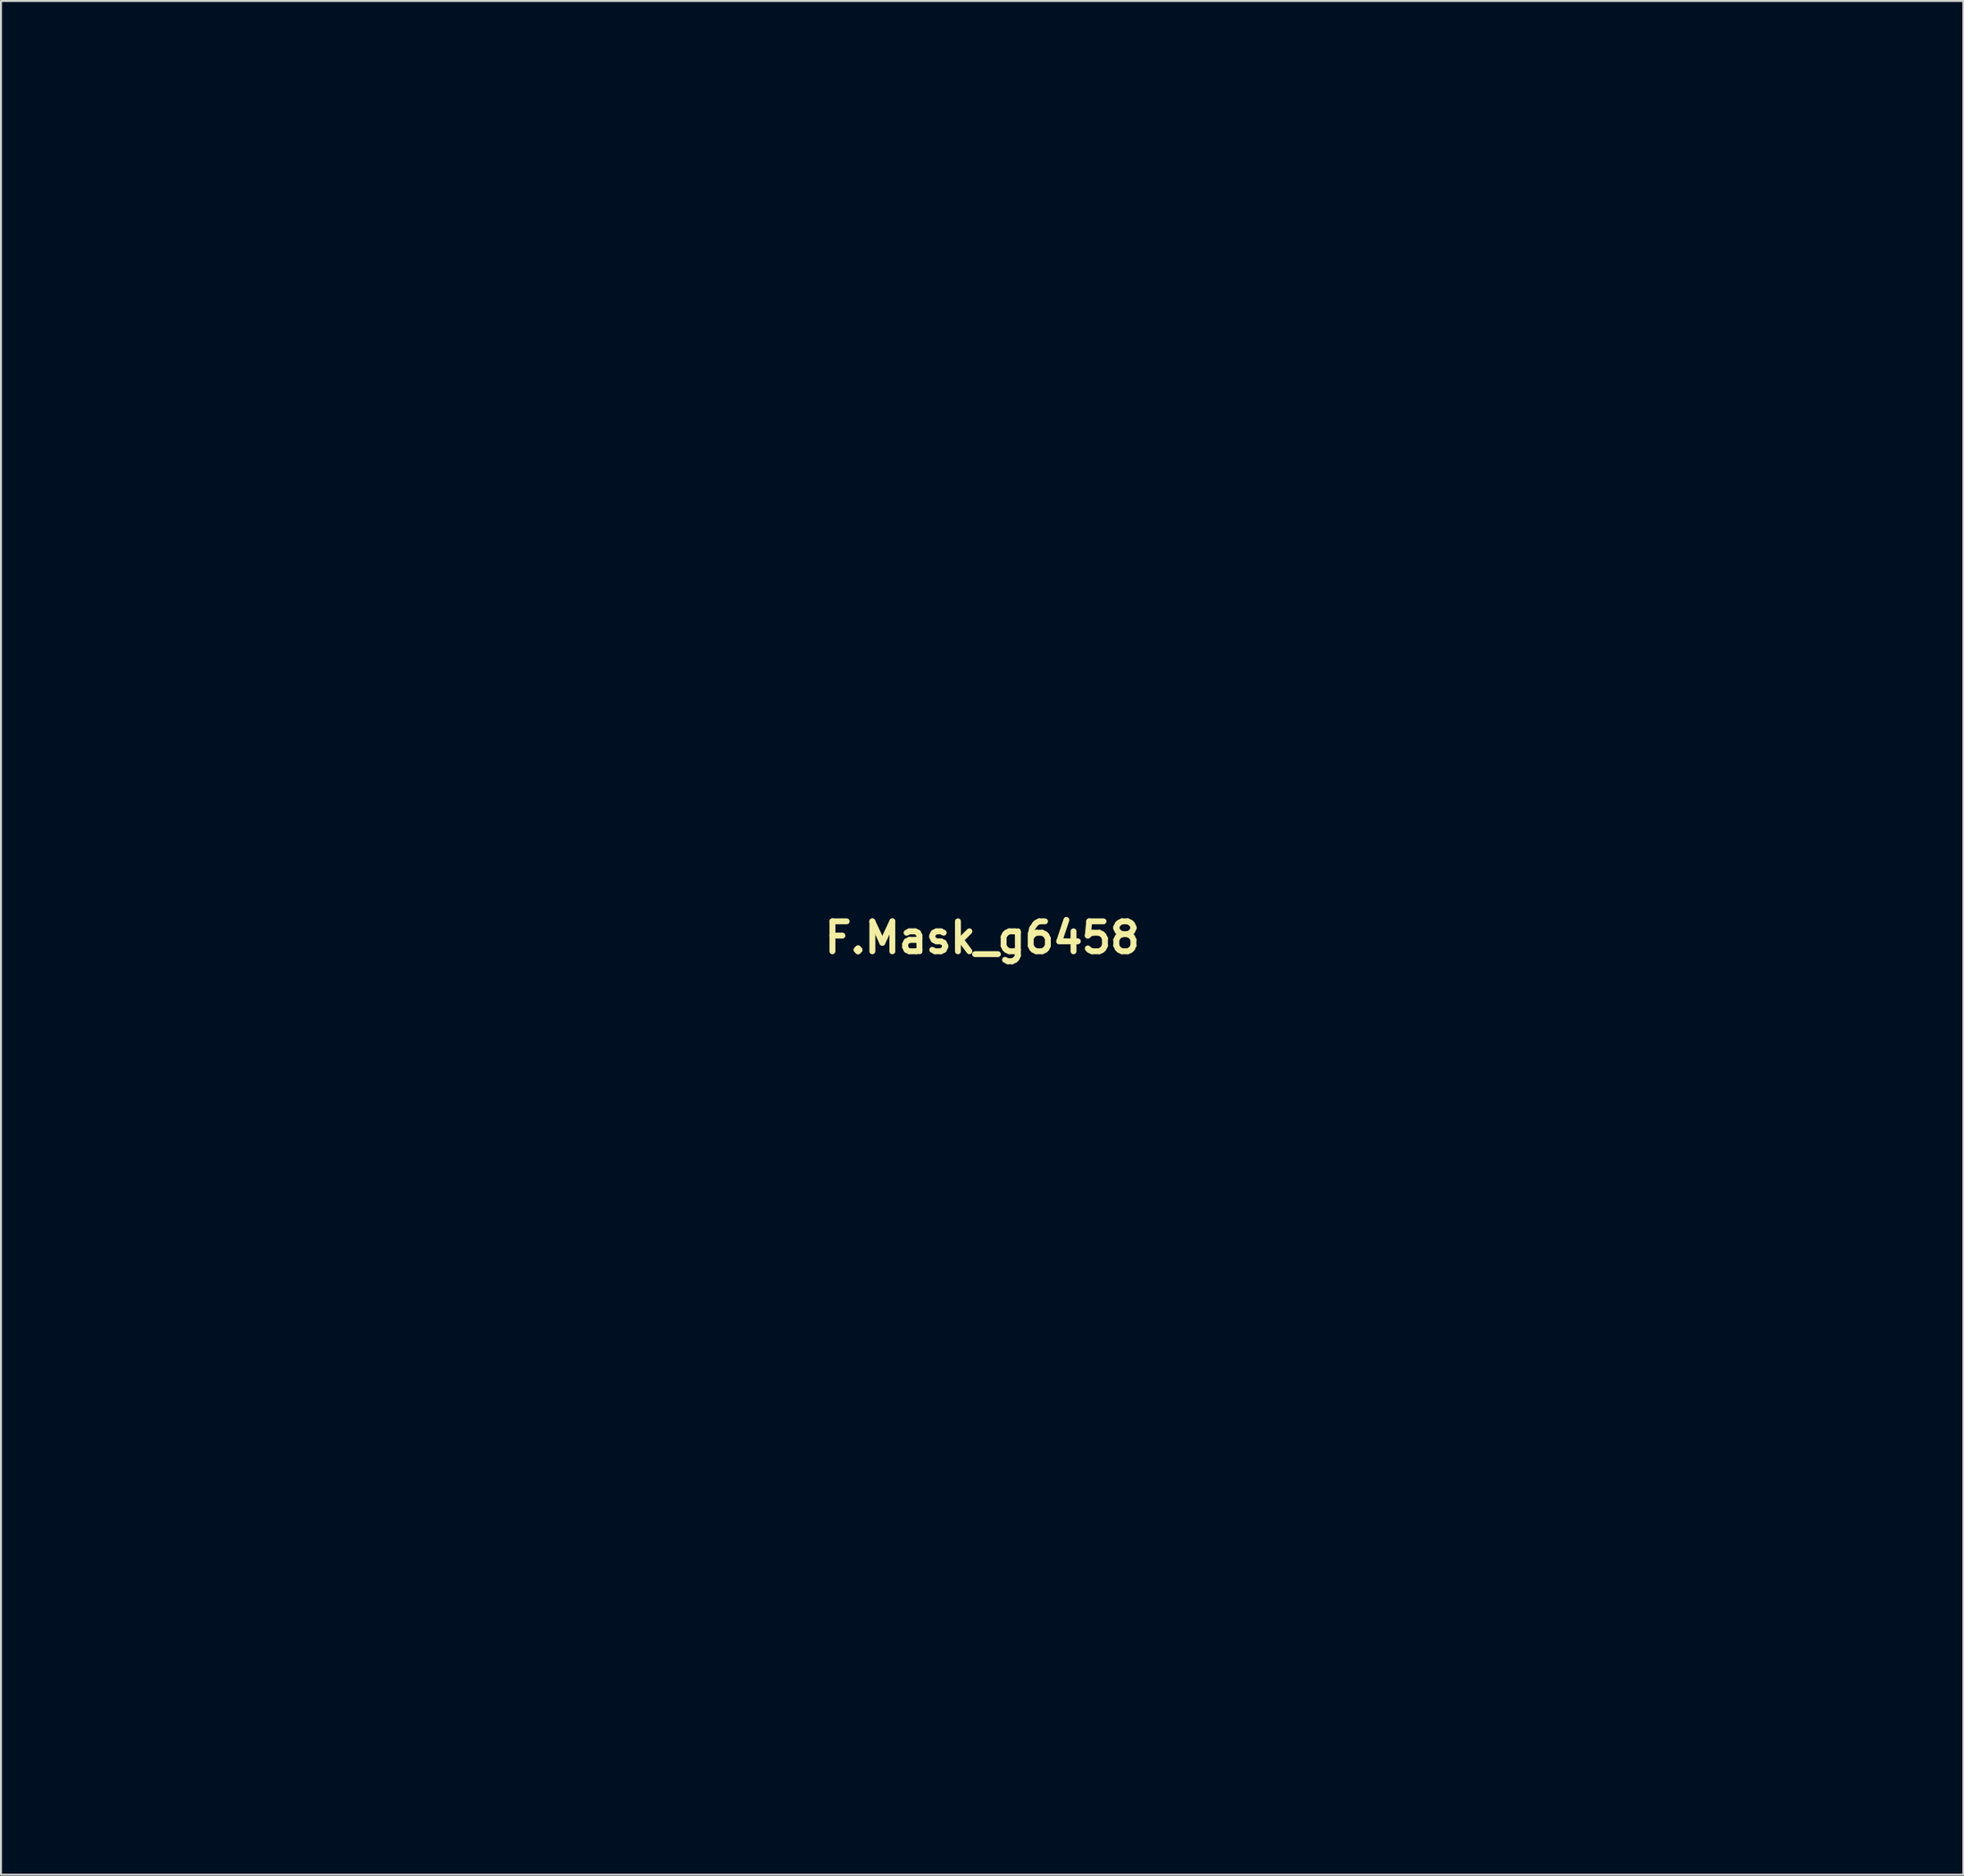
<source format=kicad_pcb>
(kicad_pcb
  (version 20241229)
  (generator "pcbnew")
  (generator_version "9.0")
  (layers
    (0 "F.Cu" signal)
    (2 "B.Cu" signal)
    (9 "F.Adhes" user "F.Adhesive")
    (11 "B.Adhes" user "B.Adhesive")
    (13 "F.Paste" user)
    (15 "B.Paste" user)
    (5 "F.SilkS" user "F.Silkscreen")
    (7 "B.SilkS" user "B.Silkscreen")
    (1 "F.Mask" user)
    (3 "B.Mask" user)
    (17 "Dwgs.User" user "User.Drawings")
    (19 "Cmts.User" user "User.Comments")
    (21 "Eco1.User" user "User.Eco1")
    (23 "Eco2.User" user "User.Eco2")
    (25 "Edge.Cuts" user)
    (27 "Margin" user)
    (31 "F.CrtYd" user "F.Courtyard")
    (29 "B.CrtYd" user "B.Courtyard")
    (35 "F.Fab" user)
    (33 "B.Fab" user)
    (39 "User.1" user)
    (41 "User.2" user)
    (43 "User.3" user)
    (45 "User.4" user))
  (footprint "F.Mask_g6458"
    (layer "F.Cu")
    (at 46.91 44.657)
    (property "Reference" "F.Mask_g6458" (at 0 0 0) (layer "F.SilkS") (effects (font (size 1.524 1.524) (thickness 0.3))))
    (attr through_hole)
    (fp_poly (pts (xy 0.198 -44.577) (xy 0.223 -44.554) (xy 0.265 -44.494) (xy 0.34 -44.367) (xy 0.444 -44.182) (xy 0.573 -43.946) (xy 0.721 -43.668) (xy 0.884 -43.358) (xy 1.058 -43.023) (xy 1.146 -42.85) (xy 1.473 -42.213) (xy 1.763 -41.647) (xy 2.021 -41.148) (xy 2.248 -40.712) (xy 2.447 -40.333) (xy 2.621 -40.008) (xy 2.773 -39.732) (xy 2.903 -39.5) (xy 3.017 -39.309) (xy 3.114 -39.154) (xy 3.2 -39.031) (xy 3.275 -38.934) (xy 3.342 -38.86) (xy 3.405 -38.804) (xy 3.464 -38.762) (xy 3.509 -38.737) (xy 3.623 -38.692) (xy 3.792 -38.641) (xy 3.988 -38.592) (xy 4.09 -38.57) (xy 4.246 -38.54) (xy 4.474 -38.499) (xy 4.762 -38.449) (xy 5.099 -38.392) (xy 5.473 -38.328) (xy 5.873 -38.262) (xy 6.286 -38.194) (xy 6.702 -38.126) (xy 7.109 -38.06) (xy 7.495 -37.998) (xy 7.848 -37.943) (xy 8.065 -37.909) (xy 8.551 -37.833) (xy 8.957 -37.766) (xy 9.285 -37.708) (xy 9.537 -37.657) (xy 9.717 -37.614) (xy 9.828 -37.578) (xy 9.855 -37.564) (xy 9.97 -37.45) (xy 10.007 -37.308) (xy 9.963 -37.148) (xy 9.96 -37.141) (xy 9.916 -37.085) (xy 9.818 -36.974) (xy 9.672 -36.816) (xy 9.484 -36.617) (xy 9.259 -36.383) (xy 9.003 -36.119) (xy 8.722 -35.833) (xy 8.423 -35.53) (xy 8.295 -35.401) (xy 7.816 -34.919) (xy 7.394 -34.493) (xy 7.025 -34.119) (xy 6.706 -33.794) (xy 6.433 -33.514) (xy 6.204 -33.276) (xy 6.014 -33.075) (xy 5.861 -32.909) (xy 5.74 -32.774) (xy 5.649 -32.666) (xy 5.584 -32.581) (xy 5.541 -32.517) (xy 5.526 -32.488) (xy 5.499 -32.421) (xy 5.478 -32.342) (xy 5.464 -32.246) (xy 5.457 -32.129) (xy 5.458 -31.984) (xy 5.468 -31.806) (xy 5.486 -31.592) (xy 5.514 -31.335) (xy 5.552 -31.031) (xy 5.601 -30.674) (xy 5.661 -30.26) (xy 5.732 -29.783) (xy 5.816 -29.238) (xy 5.913 -28.62) (xy 6.024 -27.925) (xy 6.034 -27.86) (xy 6.107 -27.397) (xy 6.168 -27.01) (xy 6.215 -26.692) (xy 6.252 -26.435) (xy 6.277 -26.232) (xy 6.293 -26.074) (xy 6.299 -25.956) (xy 6.297 -25.868) (xy 6.287 -25.803) (xy 6.27 -25.755) (xy 6.252 -25.723) (xy 6.161 -25.639) (xy 6.049 -25.589) (xy 6.016 -25.587) (xy 5.971 -25.593) (xy 5.908 -25.611) (xy 5.822 -25.643) (xy 5.707 -25.691) (xy 5.558 -25.758) (xy 5.37 -25.846) (xy 5.138 -25.958) (xy 4.855 -26.096) (xy 4.518 -26.263) (xy 4.121 -26.461) (xy 3.658 -26.693) (xy 3.2 -26.922) (xy 2.62 -27.213) (xy 2.111 -27.466) (xy 1.671 -27.684) (xy 1.296 -27.867) (xy 0.982 -28.017) (xy 0.727 -28.137) (xy 0.526 -28.226) (xy 0.377 -28.288) (xy 0.277 -28.324) (xy 0.243 -28.333) (xy 0.158 -28.349) (xy 0.077 -28.359) (xy -0.005 -28.361) (xy -0.095 -28.354) (xy -0.197 -28.334) (xy -0.317 -28.299) (xy -0.462 -28.247) (xy -0.637 -28.176) (xy -0.847 -28.082) (xy -1.099 -27.965) (xy -1.398 -27.821) (xy -1.75 -27.649) (xy -2.16 -27.445) (xy -2.635 -27.207) (xy -3.154 -26.947) (xy -3.6 -26.725) (xy -4.026 -26.513) (xy -4.426 -26.315) (xy -4.794 -26.134) (xy -5.123 -25.973) (xy -5.406 -25.836) (xy -5.638 -25.726) (xy -5.812 -25.645) (xy -5.921 -25.597) (xy -5.956 -25.585) (xy -6.063 -25.581) (xy -6.153 -25.627) (xy -6.205 -25.674) (xy -6.263 -25.737) (xy -6.295 -25.797) (xy -6.306 -25.879) (xy -6.302 -26.007) (xy -6.293 -26.113) (xy -6.28 -26.233) (xy -6.255 -26.424) (xy -6.22 -26.674) (xy -6.177 -26.969) (xy -6.127 -27.297) (xy -6.073 -27.646) (xy -6.036 -27.877) (xy -5.916 -28.629) (xy -5.809 -29.312) (xy -5.716 -29.924) (xy -5.636 -30.464) (xy -5.57 -30.929) (xy -5.518 -31.319) (xy -5.481 -31.63) (xy -5.458 -31.861) (xy -5.45 -32.004) (xy -5.459 -32.235) (xy -5.494 -32.408) (xy -5.524 -32.485) (xy -5.558 -32.542) (xy -5.615 -32.62) (xy -5.7 -32.723) (xy -5.814 -32.854) (xy -5.962 -33.017) (xy -6.147 -33.214) (xy -6.372 -33.449) (xy -6.64 -33.726) (xy -6.955 -34.048) (xy -7.319 -34.418) (xy -7.665 -34.768) (xy -2.149 -34.768) (xy -2.145 -34.452) (xy -2.134 -34.166) (xy -2.116 -33.926) (xy -2.09 -33.745) (xy -2.075 -33.681) (xy -1.986 -33.488) (xy -1.858 -33.368) (xy -1.686 -33.318) (xy -1.638 -33.316) (xy -1.488 -33.333) (xy -1.379 -33.391) (xy -1.347 -33.42) (xy -1.263 -33.533) (xy -1.197 -33.67) (xy -1.192 -33.685) (xy -1.154 -33.853) (xy -1.124 -34.089) (xy -1.101 -34.378) (xy -1.085 -34.703) (xy -1.077 -35.047) (xy -1.076 -35.395) (xy -1.078 -35.477) (xy 1.068 -35.477) (xy 1.069 -35.113) (xy 1.081 -34.737) (xy 1.09 -34.58) (xy 1.114 -34.252) (xy 1.139 -33.996) (xy 1.169 -33.8) (xy 1.207 -33.653) (xy 1.254 -33.542) (xy 1.314 -33.455) (xy 1.347 -33.42) (xy 1.485 -33.336) (xy 1.651 -33.311) (xy 1.815 -33.345) (xy 1.925 -33.417) (xy 1.985 -33.486) (xy 2.033 -33.566) (xy 2.07 -33.668) (xy 2.097 -33.8) (xy 2.116 -33.974) (xy 2.128 -34.198) (xy 2.134 -34.484) (xy 2.136 -34.841) (xy 2.136 -34.989) (xy 2.134 -35.42) (xy 2.125 -35.775) (xy 2.111 -36.064) (xy 2.089 -36.294) (xy 2.058 -36.474) (xy 2.018 -36.614) (xy 1.967 -36.721) (xy 1.918 -36.789) (xy 1.774 -36.904) (xy 1.61 -36.946) (xy 1.444 -36.917) (xy 1.296 -36.818) (xy 1.215 -36.712) (xy 1.168 -36.585) (xy 1.129 -36.385) (xy 1.099 -36.126) (xy 1.078 -35.819) (xy 1.068 -35.477) (xy -1.078 -35.477) (xy -1.083 -35.731) (xy -1.098 -36.038) (xy -1.121 -36.301) (xy -1.152 -36.503) (xy -1.166 -36.558) (xy -1.239 -36.747) (xy -1.34 -36.867) (xy -1.482 -36.931) (xy -1.552 -36.943) (xy -1.727 -36.927) (xy -1.88 -36.835) (xy -1.997 -36.674) (xy -2.017 -36.63) (xy -2.052 -36.503) (xy -2.082 -36.305) (xy -2.106 -36.051) (xy -2.126 -35.756) (xy -2.14 -35.435) (xy -2.148 -35.1) (xy -2.149 -34.768) (xy -7.665 -34.768) (xy -7.736 -34.84) (xy -8.209 -35.317) (xy -8.345 -35.454) (xy -8.65 -35.762) (xy -8.938 -36.056) (xy -9.202 -36.328) (xy -9.438 -36.573) (xy -9.639 -36.785) (xy -9.799 -36.958) (xy -9.914 -37.086) (xy -9.977 -37.163) (xy -9.987 -37.179) (xy -10.005 -37.337) (xy -9.947 -37.483) (xy -9.889 -37.546) (xy -9.847 -37.572) (xy -9.777 -37.599) (xy -9.674 -37.628) (xy -9.529 -37.661) (xy -9.336 -37.698) (xy -9.086 -37.742) (xy -8.773 -37.794) (xy -8.39 -37.855) (xy -8.022 -37.913) (xy -7.466 -38) (xy -6.922 -38.087) (xy -6.397 -38.172) (xy -5.898 -38.255) (xy -5.432 -38.334) (xy -5.007 -38.408) (xy -4.631 -38.475) (xy -4.309 -38.535) (xy -4.051 -38.585) (xy -3.863 -38.625) (xy -3.764 -38.65) (xy -3.556 -38.723) (xy -3.4 -38.809) (xy -3.269 -38.928) (xy -3.137 -39.102) (xy -3.108 -39.145) (xy -3.03 -39.273) (xy -2.915 -39.474) (xy -2.765 -39.746) (xy -2.582 -40.087) (xy -2.368 -40.492) (xy -2.122 -40.961) (xy -1.848 -41.489) (xy -1.545 -42.076) (xy -1.216 -42.717) (xy -1.106 -42.933) (xy -0.934 -43.268) (xy -0.769 -43.582) (xy -0.617 -43.868) (xy -0.483 -44.115) (xy -0.371 -44.316) (xy -0.287 -44.461) (xy -0.234 -44.542) (xy -0.225 -44.552) (xy -0.086 -44.643) (xy 0.058 -44.652) (xy 0.198 -44.577)) (stroke (width 0.01) (type solid)) (fill yes) (layer "F.Mask"))
    (fp_poly (pts (xy -22.718 25.62) (xy -22.582 25.74) (xy -22.514 25.835) (xy -22.473 25.908) (xy -22.397 26.049) (xy -22.292 26.248) (xy -22.161 26.499) (xy -22.009 26.791) (xy -21.84 27.118) (xy -21.658 27.471) (xy -21.472 27.834) (xy -21.165 28.435) (xy -20.894 28.966) (xy -20.655 29.43) (xy -20.445 29.833) (xy -20.262 30.179) (xy -20.103 30.473) (xy -19.965 30.72) (xy -19.844 30.924) (xy -19.738 31.09) (xy -19.644 31.222) (xy -19.559 31.326) (xy -19.479 31.405) (xy -19.403 31.466) (xy -19.326 31.511) (xy -19.246 31.546) (xy -19.16 31.576) (xy -19.072 31.603) (xy -18.974 31.626) (xy -18.792 31.662) (xy -18.527 31.711) (xy -18.179 31.773) (xy -17.748 31.847) (xy -17.234 31.934) (xy -16.637 32.033) (xy -15.958 32.145) (xy -15.196 32.269) (xy -14.352 32.406) (xy -14.225 32.427) (xy -13.927 32.476) (xy -13.653 32.524) (xy -13.414 32.568) (xy -13.224 32.606) (xy -13.094 32.636) (xy -13.041 32.652) (xy -12.918 32.75) (xy -12.846 32.887) (xy -12.842 33.034) (xy -12.843 33.035) (xy -12.88 33.091) (xy -12.976 33.204) (xy -13.131 33.375) (xy -13.343 33.601) (xy -13.611 33.882) (xy -13.935 34.216) (xy -14.313 34.603) (xy -14.744 35.041) (xy -14.998 35.297) (xy -15.352 35.656) (xy -15.692 36.002) (xy -16.011 36.328) (xy -16.306 36.63) (xy -16.569 36.903) (xy -16.798 37.141) (xy -16.986 37.338) (xy -17.128 37.491) (xy -17.219 37.592) (xy -17.251 37.631) (xy -17.305 37.715) (xy -17.341 37.789) (xy -17.363 37.873) (xy -17.373 37.987) (xy -17.376 38.152) (xy -17.375 38.308) (xy -17.373 38.423) (xy -17.367 38.549) (xy -17.356 38.693) (xy -17.34 38.859) (xy -17.318 39.055) (xy -17.289 39.285) (xy -17.252 39.555) (xy -17.207 39.871) (xy -17.152 40.239) (xy -17.087 40.664) (xy -17.011 41.153) (xy -16.924 41.71) (xy -16.824 42.342) (xy -16.765 42.714) (xy -16.712 43.051) (xy -16.664 43.371) (xy -16.623 43.662) (xy -16.589 43.912) (xy -16.566 44.107) (xy -16.554 44.237) (xy -16.552 44.27) (xy -16.577 44.466) (xy -16.653 44.595) (xy -16.78 44.656) (xy -16.848 44.662) (xy -16.915 44.642) (xy -17.055 44.584) (xy -17.267 44.488) (xy -17.549 44.355) (xy -17.899 44.185) (xy -18.316 43.981) (xy -18.799 43.741) (xy -19.346 43.467) (xy -19.575 43.352) (xy -20.049 43.114) (xy -20.499 42.89) (xy -20.92 42.682) (xy -21.305 42.494) (xy -21.647 42.328) (xy -21.941 42.188) (xy -22.18 42.077) (xy -22.357 41.998) (xy -22.467 41.953) (xy -22.482 41.949) (xy -22.576 41.92) (xy -22.661 41.898) (xy -22.743 41.882) (xy -22.829 41.877) (xy -22.923 41.884) (xy -23.032 41.905) (xy -23.161 41.943) (xy -23.316 41.999) (xy -23.502 42.076) (xy -23.726 42.176) (xy -23.993 42.301) (xy -24.308 42.454) (xy -24.678 42.636) (xy -25.108 42.85) (xy -25.604 43.098) (xy -26.016 43.304) (xy -26.505 43.548) (xy -26.961 43.774) (xy -27.38 43.98) (xy -27.758 44.164) (xy -28.087 44.322) (xy -28.364 44.454) (xy -28.584 44.555) (xy -28.74 44.624) (xy -28.829 44.658) (xy -28.844 44.662) (xy -28.964 44.628) (xy -29.069 44.552) (xy -29.128 44.487) (xy -29.158 44.422) (xy -29.165 44.331) (xy -29.155 44.186) (xy -29.153 44.16) (xy -29.138 44.034) (xy -29.112 43.841) (xy -29.076 43.598) (xy -29.035 43.324) (xy -28.989 43.034) (xy -28.975 42.947) (xy -28.924 42.627) (xy -28.867 42.266) (xy -28.806 41.874) (xy -28.743 41.462) (xy -28.678 41.039) (xy -28.614 40.615) (xy -28.552 40.201) (xy -28.493 39.806) (xy -28.439 39.44) (xy -28.392 39.114) (xy -28.352 38.837) (xy -28.322 38.619) (xy -28.303 38.471) (xy -28.298 38.43) (xy -28.286 38.168) (xy -28.316 37.948) (xy -28.397 37.746) (xy -28.535 37.537) (xy -28.635 37.414) (xy -28.711 37.33) (xy -28.841 37.193) (xy -29.018 37.007) (xy -29.238 36.779) (xy -29.495 36.515) (xy -29.781 36.221) (xy -30.093 35.902) (xy -30.352 35.639) (xy -24.994 35.639) (xy -24.992 35.899) (xy -24.988 36.1) (xy -24.98 36.252) (xy -24.968 36.369) (xy -24.951 36.462) (xy -24.928 36.544) (xy -24.919 36.569) (xy -24.841 36.742) (xy -24.742 36.852) (xy -24.708 36.876) (xy -24.594 36.936) (xy -24.502 36.952) (xy -24.392 36.925) (xy -24.317 36.895) (xy -24.202 36.819) (xy -24.111 36.693) (xy -24.04 36.507) (xy -23.986 36.253) (xy -23.956 36.02) (xy -23.941 35.833) (xy -23.932 35.593) (xy -23.927 35.323) (xy -21.754 35.323) (xy -21.749 35.712) (xy -21.735 36.03) (xy -21.71 36.287) (xy -21.674 36.489) (xy -21.625 36.644) (xy -21.561 36.759) (xy -21.482 36.842) (xy -21.403 36.891) (xy -21.227 36.936) (xy -21.056 36.899) (xy -20.906 36.788) (xy -20.845 36.712) (xy -20.797 36.619) (xy -20.76 36.502) (xy -20.733 36.35) (xy -20.716 36.155) (xy -20.707 35.907) (xy -20.705 35.596) (xy -20.71 35.213) (xy -20.712 35.052) (xy -20.722 34.651) (xy -20.735 34.325) (xy -20.752 34.066) (xy -20.774 33.862) (xy -20.804 33.706) (xy -20.843 33.588) (xy -20.891 33.498) (xy -20.951 33.427) (xy -20.965 33.415) (xy -21.128 33.315) (xy -21.299 33.293) (xy -21.462 33.346) (xy -21.599 33.471) (xy -21.644 33.543) (xy -21.673 33.6) (xy -21.695 33.659) (xy -21.712 33.732) (xy -21.724 33.829) (xy -21.733 33.963) (xy -21.74 34.142) (xy -21.745 34.379) (xy -21.75 34.685) (xy -21.752 34.858) (xy -21.754 35.323) (xy -23.927 35.323) (xy -23.927 35.318) (xy -23.927 35.021) (xy -23.932 34.719) (xy -23.94 34.428) (xy -23.952 34.163) (xy -23.967 33.939) (xy -23.985 33.772) (xy -24.001 33.692) (xy -24.092 33.488) (xy -24.221 33.355) (xy -24.381 33.296) (xy -24.564 33.316) (xy -24.617 33.335) (xy -24.71 33.388) (xy -24.786 33.47) (xy -24.849 33.586) (xy -24.898 33.745) (xy -24.935 33.953) (xy -24.962 34.218) (xy -24.979 34.548) (xy -24.989 34.949) (xy -24.993 35.306) (xy -24.994 35.639) (xy -30.352 35.639) (xy -30.423 35.566) (xy -30.767 35.218) (xy -30.875 35.108) (xy -31.27 34.708) (xy -31.61 34.364) (xy -31.897 34.071) (xy -32.138 33.824) (xy -32.335 33.619) (xy -32.493 33.452) (xy -32.615 33.319) (xy -32.708 33.213) (xy -32.773 33.133) (xy -32.816 33.072) (xy -32.84 33.026) (xy -32.85 32.991) (xy -32.851 32.978) (xy -32.838 32.857) (xy -32.81 32.769) (xy -32.788 32.734) (xy -32.756 32.702) (xy -32.709 32.673) (xy -32.639 32.644) (xy -32.539 32.614) (xy -32.402 32.582) (xy -32.221 32.546) (xy -31.989 32.505) (xy -31.7 32.457) (xy -31.346 32.4) (xy -30.92 32.333) (xy -30.565 32.278) (xy -29.771 32.154) (xy -29.061 32.04) (xy -28.434 31.936) (xy -27.89 31.843) (xy -27.429 31.76) (xy -27.05 31.687) (xy -26.752 31.624) (xy -26.536 31.571) (xy -26.401 31.528) (xy -26.374 31.516) (xy -26.255 31.431) (xy -26.116 31.296) (xy -25.98 31.134) (xy -25.92 31.052) (xy -25.855 30.946) (xy -25.754 30.765) (xy -25.616 30.511) (xy -25.443 30.186) (xy -25.235 29.789) (xy -24.993 29.323) (xy -24.717 28.789) (xy -24.409 28.188) (xy -24.163 27.707) (xy -23.974 27.339) (xy -23.794 26.99) (xy -23.627 26.668) (xy -23.477 26.382) (xy -23.348 26.139) (xy -23.245 25.948) (xy -23.171 25.816) (xy -23.132 25.752) (xy -22.999 25.625) (xy -22.859 25.581) (xy -22.718 25.62)) (stroke (width 0.01) (type solid)) (fill yes) (layer "F.Mask"))
    (fp_poly (pts (xy 22.941 25.598) (xy 23.078 25.69) (xy 23.131 25.752) (xy 23.17 25.816) (xy 23.243 25.948) (xy 23.347 26.139) (xy 23.476 26.382) (xy 23.626 26.669) (xy 23.794 26.992) (xy 23.975 27.343) (xy 24.166 27.714) (xy 24.184 27.75) (xy 24.479 28.327) (xy 24.739 28.834) (xy 24.966 29.276) (xy 25.163 29.657) (xy 25.333 29.984) (xy 25.479 30.261) (xy 25.604 30.493) (xy 25.71 30.685) (xy 25.801 30.843) (xy 25.878 30.971) (xy 25.945 31.076) (xy 26.005 31.161) (xy 26.06 31.232) (xy 26.114 31.295) (xy 26.137 31.32) (xy 26.258 31.435) (xy 26.388 31.519) (xy 26.549 31.582) (xy 26.767 31.638) (xy 26.805 31.646) (xy 26.923 31.669) (xy 27.116 31.703) (xy 27.372 31.748) (xy 27.684 31.802) (xy 28.041 31.863) (xy 28.434 31.929) (xy 28.852 31.998) (xy 29.288 32.071) (xy 29.73 32.143) (xy 30.169 32.215) (xy 30.597 32.284) (xy 31.002 32.349) (xy 31.348 32.404) (xy 31.743 32.467) (xy 32.062 32.521) (xy 32.313 32.569) (xy 32.505 32.615) (xy 32.645 32.66) (xy 32.741 32.709) (xy 32.802 32.764) (xy 32.835 32.829) (xy 32.848 32.906) (xy 32.851 32.978) (xy 32.846 33.009) (xy 32.829 33.049) (xy 32.795 33.102) (xy 32.741 33.173) (xy 32.662 33.266) (xy 32.555 33.385) (xy 32.414 33.535) (xy 32.237 33.721) (xy 32.019 33.946) (xy 31.755 34.215) (xy 31.443 34.533) (xy 31.077 34.904) (xy 30.833 35.15) (xy 30.484 35.503) (xy 30.148 35.845) (xy 29.83 36.169) (xy 29.536 36.471) (xy 29.271 36.743) (xy 29.041 36.982) (xy 28.851 37.18) (xy 28.707 37.332) (xy 28.615 37.433) (xy 28.592 37.459) (xy 28.426 37.691) (xy 28.327 37.915) (xy 28.288 38.157) (xy 28.298 38.43) (xy 28.316 38.585) (xy 28.347 38.815) (xy 28.388 39.11) (xy 28.438 39.461) (xy 28.496 39.859) (xy 28.561 40.295) (xy 28.632 40.76) (xy 28.706 41.244) (xy 28.782 41.739) (xy 28.86 42.234) (xy 28.893 42.439) (xy 28.948 42.792) (xy 29.001 43.131) (xy 29.048 43.442) (xy 29.089 43.715) (xy 29.121 43.937) (xy 29.143 44.096) (xy 29.15 44.161) (xy 29.163 44.315) (xy 29.16 44.411) (xy 29.134 44.478) (xy 29.081 44.541) (xy 29.069 44.552) (xy 28.945 44.637) (xy 28.84 44.662) (xy 28.779 44.643) (xy 28.646 44.587) (xy 28.446 44.496) (xy 28.183 44.372) (xy 27.86 44.216) (xy 27.482 44.032) (xy 27.052 43.82) (xy 26.574 43.583) (xy 26.053 43.322) (xy 26.033 43.312) (xy 25.487 43.037) (xy 25.01 42.799) (xy 24.598 42.593) (xy 24.244 42.419) (xy 23.943 42.274) (xy 23.69 42.156) (xy 23.478 42.062) (xy 23.301 41.99) (xy 23.155 41.939) (xy 23.033 41.904) (xy 22.93 41.885) (xy 22.84 41.879) (xy 22.758 41.884) (xy 22.677 41.898) (xy 22.592 41.917) (xy 22.564 41.925) (xy 22.458 41.961) (xy 22.278 42.038) (xy 22.023 42.154) (xy 21.695 42.309) (xy 21.292 42.504) (xy 20.814 42.739) (xy 20.262 43.013) (xy 19.635 43.327) (xy 19.633 43.328) (xy 19.106 43.592) (xy 18.624 43.831) (xy 18.193 44.044) (xy 17.815 44.228) (xy 17.494 44.382) (xy 17.234 44.504) (xy 17.038 44.593) (xy 16.911 44.646) (xy 16.857 44.662) (xy 16.725 44.624) (xy 16.638 44.557) (xy 16.59 44.499) (xy 16.563 44.438) (xy 16.553 44.35) (xy 16.558 44.215) (xy 16.566 44.102) (xy 16.58 43.966) (xy 16.605 43.762) (xy 16.641 43.504) (xy 16.684 43.208) (xy 16.733 42.889) (xy 16.784 42.566) (xy 16.841 42.21) (xy 16.907 41.795) (xy 16.978 41.342) (xy 17.049 40.877) (xy 17.119 40.423) (xy 17.182 40.002) (xy 17.191 39.941) (xy 17.259 39.472) (xy 17.313 39.078) (xy 17.353 38.751) (xy 17.38 38.482) (xy 17.392 38.264) (xy 17.391 38.088) (xy 17.377 37.945) (xy 17.349 37.829) (xy 17.309 37.729) (xy 17.256 37.639) (xy 17.251 37.631) (xy 17.2 37.57) (xy 17.095 37.455) (xy 16.94 37.29) (xy 16.741 37.081) (xy 16.503 36.834) (xy 16.231 36.553) (xy 15.929 36.244) (xy 15.604 35.912) (xy 15.26 35.563) (xy 15.183 35.485) (xy 20.707 35.485) (xy 20.708 35.842) (xy 20.719 36.131) (xy 20.74 36.36) (xy 20.774 36.539) (xy 20.821 36.675) (xy 20.883 36.777) (xy 20.961 36.853) (xy 21.044 36.904) (xy 21.178 36.934) (xy 21.342 36.916) (xy 21.468 36.869) (xy 21.532 36.808) (xy 21.596 36.707) (xy 21.603 36.694) (xy 21.651 36.572) (xy 21.689 36.427) (xy 21.718 36.249) (xy 21.738 36.029) (xy 21.75 35.756) (xy 21.754 35.422) (xy 21.754 35.348) (xy 23.927 35.348) (xy 23.93 35.621) (xy 23.938 35.858) (xy 23.951 36.044) (xy 23.956 36.087) (xy 24.008 36.382) (xy 24.085 36.623) (xy 24.183 36.8) (xy 24.297 36.904) (xy 24.299 36.905) (xy 24.45 36.939) (xy 24.621 36.913) (xy 24.748 36.852) (xy 24.815 36.778) (xy 24.884 36.656) (xy 24.92 36.567) (xy 24.944 36.488) (xy 24.963 36.402) (xy 24.976 36.296) (xy 24.986 36.158) (xy 24.991 35.977) (xy 24.993 35.741) (xy 24.993 35.438) (xy 24.993 35.264) (xy 24.988 34.811) (xy 24.976 34.436) (xy 24.957 34.13) (xy 24.929 33.885) (xy 24.889 33.695) (xy 24.838 33.552) (xy 24.773 33.448) (xy 24.693 33.375) (xy 24.617 33.335) (xy 24.428 33.293) (xy 24.262 33.331) (xy 24.123 33.446) (xy 24.019 33.633) (xy 23.998 33.692) (xy 23.98 33.795) (xy 23.963 33.968) (xy 23.949 34.195) (xy 23.939 34.462) (xy 23.931 34.753) (xy 23.927 35.053) (xy 23.927 35.348) (xy 21.754 35.348) (xy 21.753 35.015) (xy 21.751 34.879) (xy 21.746 34.533) (xy 21.74 34.262) (xy 21.733 34.052) (xy 21.723 33.894) (xy 21.71 33.776) (xy 21.694 33.687) (xy 21.672 33.616) (xy 21.657 33.576) (xy 21.551 33.418) (xy 21.407 33.322) (xy 21.245 33.291) (xy 21.082 33.329) (xy 20.952 33.425) (xy 20.892 33.502) (xy 20.843 33.599) (xy 20.805 33.726) (xy 20.775 33.891) (xy 20.752 34.104) (xy 20.734 34.376) (xy 20.722 34.714) (xy 20.713 35.052) (xy 20.707 35.485) (xy 15.183 35.485) (xy 14.998 35.298) (xy 14.531 34.826) (xy 14.12 34.407) (xy 13.764 34.042) (xy 13.466 33.731) (xy 13.224 33.477) (xy 13.041 33.279) (xy 12.917 33.138) (xy 12.853 33.054) (xy 12.843 33.036) (xy 12.846 32.889) (xy 12.917 32.751) (xy 13.04 32.653) (xy 13.04 32.652) (xy 13.111 32.631) (xy 13.252 32.6) (xy 13.45 32.561) (xy 13.691 32.517) (xy 13.962 32.47) (xy 14.097 32.448) (xy 14.956 32.308) (xy 15.735 32.181) (xy 16.434 32.066) (xy 17.052 31.963) (xy 17.59 31.873) (xy 18.046 31.795) (xy 18.42 31.73) (xy 18.712 31.677) (xy 18.921 31.637) (xy 19.047 31.61) (xy 19.073 31.603) (xy 19.166 31.574) (xy 19.251 31.544) (xy 19.331 31.507) (xy 19.408 31.46) (xy 19.485 31.397) (xy 19.566 31.315) (xy 19.652 31.207) (xy 19.748 31.071) (xy 19.856 30.9) (xy 19.979 30.692) (xy 20.12 30.44) (xy 20.282 30.14) (xy 20.468 29.788) (xy 20.68 29.379) (xy 20.922 28.908) (xy 21.197 28.372) (xy 21.504 27.77) (xy 21.692 27.402) (xy 21.872 27.054) (xy 22.038 26.732) (xy 22.187 26.445) (xy 22.315 26.201) (xy 22.417 26.009) (xy 22.489 25.876) (xy 22.525 25.813) (xy 22.657 25.66) (xy 22.798 25.588) (xy 22.941 25.598)) (stroke (width 0.01) (type solid)) (fill yes) (layer "F.Mask"))
    (fp_poly (pts (xy -36.714 -17.751) (xy -36.685 -17.727) (xy -36.644 -17.671) (xy -36.569 -17.546) (xy -36.464 -17.361) (xy -36.332 -17.121) (xy -36.178 -16.834) (xy -36.005 -16.507) (xy -35.817 -16.148) (xy -35.618 -15.763) (xy -35.578 -15.684) (xy -35.276 -15.098) (xy -35.011 -14.581) (xy -34.778 -14.131) (xy -34.576 -13.741) (xy -34.401 -13.407) (xy -34.252 -13.123) (xy -34.124 -12.886) (xy -34.016 -12.69) (xy -33.925 -12.529) (xy -33.847 -12.4) (xy -33.782 -12.298) (xy -33.724 -12.216) (xy -33.673 -12.151) (xy -33.625 -12.098) (xy -33.584 -12.057) (xy -33.379 -11.913) (xy -33.099 -11.805) (xy -32.964 -11.77) (xy -32.869 -11.752) (xy -32.701 -11.721) (xy -32.468 -11.68) (xy -32.182 -11.631) (xy -31.852 -11.575) (xy -31.488 -11.514) (xy -31.101 -11.449) (xy -30.699 -11.383) (xy -30.294 -11.316) (xy -29.894 -11.251) (xy -29.51 -11.189) (xy -29.152 -11.131) (xy -28.829 -11.08) (xy -28.765 -11.07) (xy -28.341 -11.004) (xy -27.993 -10.947) (xy -27.712 -10.899) (xy -27.49 -10.859) (xy -27.32 -10.823) (xy -27.193 -10.79) (xy -27.101 -10.76) (xy -27.037 -10.729) (xy -26.991 -10.696) (xy -26.978 -10.683) (xy -26.895 -10.551) (xy -26.896 -10.403) (xy -26.951 -10.286) (xy -26.994 -10.236) (xy -27.09 -10.132) (xy -27.234 -9.981) (xy -27.421 -9.788) (xy -27.643 -9.559) (xy -27.896 -9.301) (xy -28.172 -9.019) (xy -28.467 -8.721) (xy -28.551 -8.636) (xy -29.025 -8.157) (xy -29.443 -7.735) (xy -29.808 -7.364) (xy -30.123 -7.042) (xy -30.394 -6.764) (xy -30.622 -6.527) (xy -30.812 -6.326) (xy -30.968 -6.159) (xy -31.093 -6.02) (xy -31.19 -5.907) (xy -31.264 -5.814) (xy -31.318 -5.74) (xy -31.355 -5.679) (xy -31.368 -5.655) (xy -31.412 -5.554) (xy -31.439 -5.461) (xy -31.451 -5.353) (xy -31.45 -5.205) (xy -31.44 -5.023) (xy -31.426 -4.851) (xy -31.397 -4.602) (xy -31.356 -4.28) (xy -31.303 -3.892) (xy -31.239 -3.442) (xy -31.164 -2.936) (xy -31.079 -2.38) (xy -30.986 -1.779) (xy -30.884 -1.139) (xy -30.817 -0.72) (xy -30.746 -0.274) (xy -30.691 0.096) (xy -30.651 0.397) (xy -30.625 0.637) (xy -30.614 0.822) (xy -30.615 0.961) (xy -30.63 1.059) (xy -30.656 1.124) (xy -30.671 1.144) (xy -30.706 1.18) (xy -30.744 1.208) (xy -30.79 1.225) (xy -30.849 1.229) (xy -30.926 1.218) (xy -31.028 1.19) (xy -31.159 1.142) (xy -31.325 1.072) (xy -31.531 0.978) (xy -31.783 0.859) (xy -32.087 0.711) (xy -32.447 0.532) (xy -32.868 0.32) (xy -33.358 0.074) (xy -33.623 -0.06) (xy -34.063 -0.282) (xy -34.487 -0.494) (xy -34.887 -0.693) (xy -35.257 -0.876) (xy -35.59 -1.039) (xy -35.879 -1.179) (xy -36.116 -1.292) (xy -36.296 -1.376) (xy -36.409 -1.426) (xy -36.437 -1.436) (xy -36.762 -1.511) (xy -37.07 -1.509) (xy -37.353 -1.442) (xy -37.431 -1.409) (xy -37.578 -1.341) (xy -37.787 -1.242) (xy -38.05 -1.114) (xy -38.361 -0.962) (xy -38.713 -0.789) (xy -39.098 -0.599) (xy -39.51 -0.393) (xy -39.941 -0.177) (xy -40.121 -0.087) (xy -40.555 0.131) (xy -40.969 0.338) (xy -41.357 0.531) (xy -41.712 0.707) (xy -42.027 0.863) (xy -42.296 0.995) (xy -42.512 1.099) (xy -42.669 1.174) (xy -42.76 1.215) (xy -42.778 1.222) (xy -42.9 1.238) (xy -42.998 1.224) (xy -43.089 1.164) (xy -43.162 1.081) (xy -43.182 1.044) (xy -43.197 1) (xy -43.206 0.94) (xy -43.207 0.858) (xy -43.2 0.746) (xy -43.185 0.596) (xy -43.16 0.402) (xy -43.124 0.156) (xy -43.078 -0.15) (xy -43.019 -0.522) (xy -42.947 -0.969) (xy -42.926 -1.101) (xy -42.813 -1.805) (xy -42.715 -2.431) (xy -42.629 -2.983) (xy -42.556 -3.467) (xy -42.496 -3.887) (xy -42.447 -4.249) (xy -42.409 -4.557) (xy -42.383 -4.817) (xy -42.366 -5.032) (xy -42.358 -5.21) (xy -42.36 -5.353) (xy -42.37 -5.468) (xy -42.389 -5.559) (xy -42.414 -5.631) (xy -42.428 -5.659) (xy -42.463 -5.718) (xy -42.507 -5.783) (xy -42.565 -5.859) (xy -42.642 -5.951) (xy -42.742 -6.063) (xy -42.869 -6.201) (xy -43.029 -6.37) (xy -43.225 -6.573) (xy -43.463 -6.816) (xy -43.746 -7.104) (xy -44.079 -7.441) (xy -44.467 -7.833) (xy -44.48 -7.846) (xy -39.055 -7.846) (xy -39.045 -7.488) (xy -39.023 -7.184) (xy -38.989 -6.943) (xy -38.944 -6.773) (xy -38.927 -6.735) (xy -38.805 -6.576) (xy -38.649 -6.492) (xy -38.468 -6.485) (xy -38.315 -6.539) (xy -38.217 -6.619) (xy -38.137 -6.752) (xy -38.074 -6.941) (xy -38.028 -7.193) (xy -37.997 -7.512) (xy -37.981 -7.902) (xy -37.98 -8.369) (xy -37.98 -8.382) (xy -35.793 -8.382) (xy -35.791 -7.959) (xy -35.786 -7.611) (xy -35.775 -7.33) (xy -35.758 -7.108) (xy -35.733 -6.935) (xy -35.699 -6.803) (xy -35.655 -6.703) (xy -35.599 -6.625) (xy -35.533 -6.564) (xy -35.38 -6.49) (xy -35.211 -6.478) (xy -35.056 -6.528) (xy -34.989 -6.578) (xy -34.921 -6.657) (xy -34.867 -6.749) (xy -34.826 -6.864) (xy -34.796 -7.012) (xy -34.775 -7.202) (xy -34.764 -7.443) (xy -34.761 -7.745) (xy -34.764 -8.117) (xy -34.768 -8.336) (xy -34.777 -8.73) (xy -34.787 -9.049) (xy -34.801 -9.303) (xy -34.819 -9.501) (xy -34.843 -9.655) (xy -34.875 -9.773) (xy -34.916 -9.865) (xy -34.968 -9.942) (xy -35.011 -9.992) (xy -35.157 -10.091) (xy -35.328 -10.121) (xy -35.498 -10.079) (xy -35.572 -10.032) (xy -35.632 -9.98) (xy -35.679 -9.92) (xy -35.716 -9.842) (xy -35.745 -9.737) (xy -35.765 -9.597) (xy -35.779 -9.411) (xy -35.787 -9.171) (xy -35.791 -8.868) (xy -35.793 -8.491) (xy -35.793 -8.382) (xy -37.98 -8.382) (xy -37.985 -8.632) (xy -37.994 -8.945) (xy -38.006 -9.226) (xy -38.021 -9.461) (xy -38.037 -9.638) (xy -38.054 -9.744) (xy -38.056 -9.753) (xy -38.148 -9.94) (xy -38.277 -10.062) (xy -38.427 -10.118) (xy -38.584 -10.11) (xy -38.733 -10.037) (xy -38.859 -9.901) (xy -38.944 -9.712) (xy -38.961 -9.619) (xy -38.98 -9.458) (xy -38.999 -9.243) (xy -39.018 -8.992) (xy -39.034 -8.72) (xy -39.036 -8.682) (xy -39.052 -8.247) (xy -39.055 -7.846) (xy -44.48 -7.846) (xy -44.529 -7.895) (xy -44.961 -8.33) (xy -45.337 -8.71) (xy -45.661 -9.037) (xy -45.937 -9.317) (xy -46.169 -9.554) (xy -46.361 -9.751) (xy -46.516 -9.913) (xy -46.638 -10.044) (xy -46.732 -10.149) (xy -46.801 -10.231) (xy -46.848 -10.294) (xy -46.879 -10.343) (xy -46.896 -10.382) (xy -46.903 -10.415) (xy -46.905 -10.447) (xy -46.905 -10.466) (xy -46.898 -10.554) (xy -46.87 -10.628) (xy -46.814 -10.691) (xy -46.72 -10.745) (xy -46.582 -10.795) (xy -46.389 -10.843) (xy -46.134 -10.893) (xy -45.808 -10.948) (xy -45.572 -10.985) (xy -45.21 -11.042) (xy -44.815 -11.105) (xy -44.395 -11.172) (xy -43.96 -11.243) (xy -43.519 -11.316) (xy -43.08 -11.388) (xy -42.653 -11.46) (xy -42.247 -11.528) (xy -41.87 -11.592) (xy -41.531 -11.651) (xy -41.24 -11.702) (xy -41.006 -11.744) (xy -40.837 -11.776) (xy -40.742 -11.795) (xy -40.741 -11.796) (xy -40.517 -11.864) (xy -40.347 -11.95) (xy -40.204 -12.073) (xy -40.059 -12.252) (xy -40.036 -12.284) (xy -39.964 -12.397) (xy -39.857 -12.58) (xy -39.719 -12.827) (xy -39.552 -13.132) (xy -39.361 -13.488) (xy -39.147 -13.891) (xy -38.915 -14.334) (xy -38.667 -14.811) (xy -38.407 -15.316) (xy -38.137 -15.843) (xy -37.861 -16.386) (xy -37.848 -16.414) (xy -37.695 -16.712) (xy -37.551 -16.99) (xy -37.42 -17.238) (xy -37.307 -17.445) (xy -37.219 -17.6) (xy -37.16 -17.695) (xy -37.145 -17.716) (xy -37.012 -17.804) (xy -36.862 -17.816) (xy -36.714 -17.751)) (stroke (width 0.01) (type solid)) (fill yes) (layer "F.Mask"))
    (fp_poly (pts (xy 37.074 -17.776) (xy 37.143 -17.718) (xy 37.185 -17.655) (xy 37.26 -17.527) (xy 37.361 -17.343) (xy 37.485 -17.112) (xy 37.625 -16.846) (xy 37.776 -16.553) (xy 37.867 -16.374) (xy 38.153 -15.81) (xy 38.431 -15.267) (xy 38.697 -14.752) (xy 38.947 -14.27) (xy 39.18 -13.826) (xy 39.393 -13.426) (xy 39.582 -13.075) (xy 39.744 -12.779) (xy 39.876 -12.544) (xy 39.977 -12.374) (xy 40.031 -12.291) (xy 40.142 -12.149) (xy 40.258 -12.024) (xy 40.354 -11.944) (xy 40.356 -11.943) (xy 40.392 -11.921) (xy 40.426 -11.901) (xy 40.462 -11.882) (xy 40.506 -11.863) (xy 40.561 -11.844) (xy 40.632 -11.823) (xy 40.724 -11.8) (xy 40.842 -11.775) (xy 40.99 -11.745) (xy 41.172 -11.711) (xy 41.394 -11.672) (xy 41.659 -11.625) (xy 41.972 -11.572) (xy 42.338 -11.511) (xy 42.762 -11.441) (xy 43.248 -11.361) (xy 43.8 -11.27) (xy 44.423 -11.169) (xy 45.122 -11.054) (xy 45.673 -10.965) (xy 46.023 -10.906) (xy 46.298 -10.856) (xy 46.507 -10.811) (xy 46.66 -10.767) (xy 46.766 -10.72) (xy 46.834 -10.668) (xy 46.873 -10.605) (xy 46.892 -10.53) (xy 46.897 -10.481) (xy 46.901 -10.45) (xy 46.902 -10.421) (xy 46.898 -10.39) (xy 46.884 -10.354) (xy 46.858 -10.308) (xy 46.815 -10.249) (xy 46.751 -10.172) (xy 46.664 -10.073) (xy 46.548 -9.948) (xy 46.402 -9.794) (xy 46.219 -9.606) (xy 45.998 -9.38) (xy 45.735 -9.112) (xy 45.424 -8.798) (xy 45.064 -8.434) (xy 44.65 -8.016) (xy 44.404 -7.768) (xy 44.001 -7.36) (xy 43.639 -6.989) (xy 43.32 -6.66) (xy 43.047 -6.375) (xy 42.824 -6.137) (xy 42.653 -5.949) (xy 42.536 -5.815) (xy 42.478 -5.736) (xy 42.419 -5.629) (xy 42.384 -5.536) (xy 42.365 -5.431) (xy 42.36 -5.288) (xy 42.361 -5.122) (xy 42.367 -4.982) (xy 42.383 -4.796) (xy 42.409 -4.559) (xy 42.445 -4.267) (xy 42.492 -3.918) (xy 42.551 -3.505) (xy 42.622 -3.026) (xy 42.706 -2.476) (xy 42.803 -1.852) (xy 42.915 -1.148) (xy 42.926 -1.079) (xy 42.999 -0.614) (xy 43.061 -0.225) (xy 43.11 0.095) (xy 43.149 0.354) (xy 43.177 0.559) (xy 43.195 0.717) (xy 43.204 0.836) (xy 43.206 0.923) (xy 43.2 0.985) (xy 43.187 1.031) (xy 43.169 1.066) (xy 43.149 1.095) (xy 43.05 1.183) (xy 42.909 1.218) (xy 42.9 1.219) (xy 42.86 1.218) (xy 42.806 1.207) (xy 42.734 1.185) (xy 42.637 1.148) (xy 42.51 1.093) (xy 42.348 1.02) (xy 42.145 0.923) (xy 41.896 0.802) (xy 41.595 0.654) (xy 41.237 0.476) (xy 40.816 0.265) (xy 40.327 0.018) (xy 40.166 -0.063) (xy 39.725 -0.284) (xy 39.301 -0.497) (xy 38.901 -0.696) (xy 38.531 -0.879) (xy 38.199 -1.042) (xy 37.911 -1.182) (xy 37.675 -1.295) (xy 37.497 -1.379) (xy 37.384 -1.429) (xy 37.355 -1.441) (xy 37.037 -1.513) (xy 36.72 -1.507) (xy 36.488 -1.456) (xy 36.412 -1.426) (xy 36.267 -1.361) (xy 36.06 -1.264) (xy 35.798 -1.139) (xy 35.488 -0.989) (xy 35.136 -0.817) (xy 34.75 -0.627) (xy 34.336 -0.422) (xy 33.901 -0.205) (xy 33.655 -0.082) (xy 33.216 0.138) (xy 32.798 0.347) (xy 32.407 0.542) (xy 32.05 0.719) (xy 31.733 0.876) (xy 31.461 1.009) (xy 31.243 1.115) (xy 31.083 1.192) (xy 30.989 1.235) (xy 30.967 1.244) (xy 30.857 1.245) (xy 30.796 1.229) (xy 30.705 1.182) (xy 30.648 1.117) (xy 30.618 1.016) (xy 30.611 0.864) (xy 30.62 0.666) (xy 30.635 0.509) (xy 30.662 0.288) (xy 30.698 0.019) (xy 30.742 -0.28) (xy 30.79 -0.591) (xy 30.815 -0.741) (xy 30.896 -1.24) (xy 30.977 -1.745) (xy 31.056 -2.246) (xy 31.131 -2.735) (xy 31.2 -3.202) (xy 31.264 -3.638) (xy 31.32 -4.036) (xy 31.367 -4.384) (xy 31.404 -4.676) (xy 31.429 -4.901) (xy 31.442 -5.044) (xy 31.451 -5.241) (xy 31.449 -5.38) (xy 31.434 -5.485) (xy 31.401 -5.581) (xy 31.367 -5.656) (xy 31.336 -5.711) (xy 31.291 -5.777) (xy 31.228 -5.86) (xy 31.142 -5.962) (xy 31.031 -6.087) (xy 30.891 -6.24) (xy 30.719 -6.424) (xy 30.51 -6.642) (xy 30.262 -6.898) (xy 29.97 -7.197) (xy 29.631 -7.542) (xy 29.253 -7.925) (xy 34.761 -7.925) (xy 34.761 -7.589) (xy 34.768 -7.318) (xy 34.784 -7.103) (xy 34.809 -6.935) (xy 34.845 -6.804) (xy 34.893 -6.701) (xy 34.954 -6.616) (xy 34.989 -6.578) (xy 35.125 -6.497) (xy 35.291 -6.476) (xy 35.456 -6.518) (xy 35.533 -6.564) (xy 35.601 -6.628) (xy 35.656 -6.706) (xy 35.7 -6.807) (xy 35.734 -6.94) (xy 35.758 -7.114) (xy 35.775 -7.339) (xy 35.786 -7.621) (xy 35.791 -7.971) (xy 35.792 -8.131) (xy 37.979 -8.131) (xy 37.987 -7.708) (xy 38.009 -7.359) (xy 38.046 -7.077) (xy 38.1 -6.856) (xy 38.173 -6.692) (xy 38.265 -6.579) (xy 38.379 -6.51) (xy 38.516 -6.481) (xy 38.549 -6.48) (xy 38.679 -6.505) (xy 38.79 -6.562) (xy 38.883 -6.671) (xy 38.956 -6.839) (xy 39.008 -7.071) (xy 39.044 -7.376) (xy 39.055 -7.556) (xy 39.062 -7.78) (xy 39.061 -8.046) (xy 39.055 -8.339) (xy 39.043 -8.642) (xy 39.027 -8.939) (xy 39.008 -9.213) (xy 38.986 -9.447) (xy 38.962 -9.626) (xy 38.944 -9.712) (xy 38.86 -9.894) (xy 38.735 -10.028) (xy 38.585 -10.106) (xy 38.427 -10.124) (xy 38.277 -10.073) (xy 38.207 -10.017) (xy 38.147 -9.946) (xy 38.099 -9.862) (xy 38.062 -9.753) (xy 38.034 -9.609) (xy 38.014 -9.418) (xy 38 -9.171) (xy 37.989 -8.856) (xy 37.984 -8.631) (xy 37.979 -8.131) (xy 35.792 -8.131) (xy 35.793 -8.382) (xy 35.792 -8.779) (xy 35.789 -9.1) (xy 35.781 -9.356) (xy 35.769 -9.554) (xy 35.75 -9.705) (xy 35.724 -9.818) (xy 35.69 -9.902) (xy 35.645 -9.966) (xy 35.589 -10.019) (xy 35.572 -10.032) (xy 35.42 -10.103) (xy 35.244 -10.112) (xy 35.08 -10.059) (xy 35.037 -10.031) (xy 34.972 -9.969) (xy 34.918 -9.891) (xy 34.875 -9.788) (xy 34.842 -9.651) (xy 34.816 -9.471) (xy 34.797 -9.239) (xy 34.783 -8.945) (xy 34.772 -8.582) (xy 34.767 -8.337) (xy 34.761 -7.925) (xy 29.253 -7.925) (xy 29.242 -7.936) (xy 28.799 -8.384) (xy 28.465 -8.721) (xy 28.171 -9.018) (xy 27.894 -9.3) (xy 27.641 -9.559) (xy 27.417 -9.791) (xy 27.228 -9.988) (xy 27.08 -10.144) (xy 26.979 -10.255) (xy 26.931 -10.312) (xy 26.928 -10.316) (xy 26.884 -10.474) (xy 26.923 -10.614) (xy 26.979 -10.685) (xy 27.019 -10.717) (xy 27.077 -10.747) (xy 27.161 -10.778) (xy 27.277 -10.81) (xy 27.432 -10.845) (xy 27.634 -10.884) (xy 27.89 -10.93) (xy 28.207 -10.982) (xy 28.592 -11.044) (xy 29.052 -11.115) (xy 29.168 -11.133) (xy 29.626 -11.205) (xy 30.091 -11.279) (xy 30.555 -11.355) (xy 31.008 -11.43) (xy 31.441 -11.504) (xy 31.848 -11.574) (xy 32.218 -11.64) (xy 32.543 -11.7) (xy 32.814 -11.751) (xy 33.024 -11.794) (xy 33.163 -11.826) (xy 33.204 -11.837) (xy 33.316 -11.88) (xy 33.419 -11.932) (xy 33.517 -12.003) (xy 33.615 -12.098) (xy 33.718 -12.224) (xy 33.831 -12.388) (xy 33.96 -12.598) (xy 34.109 -12.861) (xy 34.283 -13.183) (xy 34.488 -13.571) (xy 34.575 -13.737) (xy 34.719 -14.015) (xy 34.893 -14.352) (xy 35.087 -14.728) (xy 35.293 -15.127) (xy 35.5 -15.531) (xy 35.701 -15.923) (xy 35.814 -16.144) (xy 35.982 -16.471) (xy 36.142 -16.778) (xy 36.289 -17.056) (xy 36.418 -17.297) (xy 36.524 -17.49) (xy 36.602 -17.626) (xy 36.648 -17.697) (xy 36.65 -17.7) (xy 36.781 -17.8) (xy 36.929 -17.825) (xy 37.074 -17.776)) (stroke (width 0.01) (type solid)) (fill yes) (layer "F.Mask")))
  (gr_rect
    (start -3 -3)
    (end 96.817 92.324)
    (stroke (width 0.1) (type default))
    (fill no)
    (layer "Edge.Cuts")))
</source>
